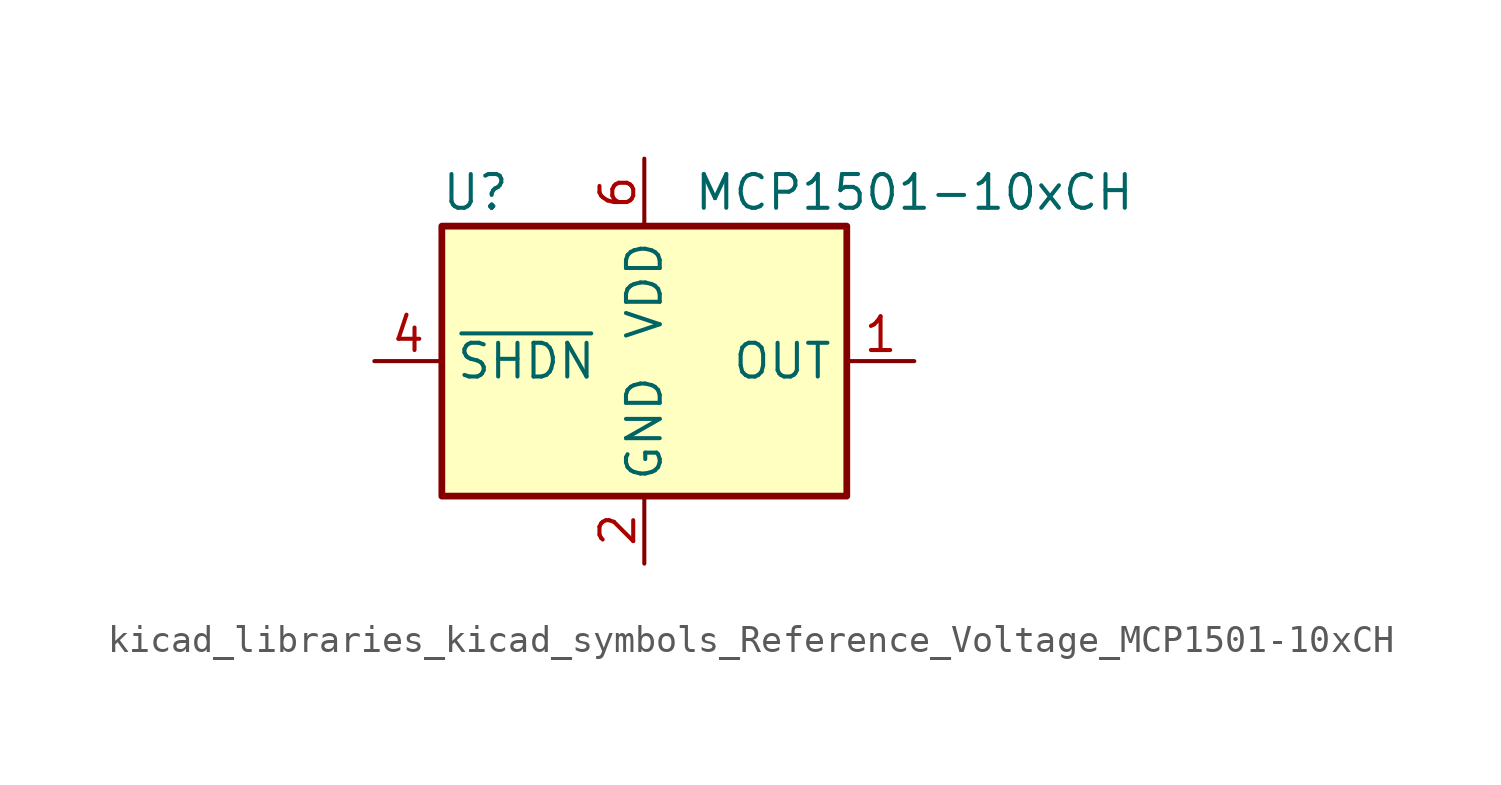
<source format=kicad_sym>
(kicad_symbol_lib
  (version 20220914)
  (generator kicad_symbol_editor)
  (symbol "kicad_libraries_kicad_symbols_Reference_Voltage_MCP1501-10xCH"
    (property "Reference" "U"
      (at -6.35 6.35 0)
      (effects (font (size 1.27 1.27))))
    (property "Value" "MCP1501-10xCH"
      (at 10.16 6.35 0)
      (effects (font (size 1.27 1.27))))
    (symbol "kicad_libraries_kicad_symbols_Reference_Voltage_MCP1501-10xCH_0_0"
      (pin power_out line (at 10.16 0 180) (length 2.54) (name "OUT" (effects (font (size 1.27 1.27)))) (number "1" (effects (font (size 1.27 1.27)))))
      (pin power_in line (at 0 -7.62 90) (length 2.54) (name "GND" (effects (font (size 1.27 1.27)))) (number "2" (effects (font (size 1.27 1.27)))))
      (pin passive line (at 0 -7.62 90) (length 2.54) hide (name "GND" (effects (font (size 1.27 1.27)))) (number "3" (effects (font (size 1.27 1.27)))))
      (pin input line (at -10.16 0 0) (length 2.54) (name "~{SHDN}" (effects (font (size 1.27 1.27)))) (number "4" (effects (font (size 1.27 1.27)))))
      (pin passive line (at 0 -7.62 90) (length 2.54) hide (name "GND" (effects (font (size 1.27 1.27)))) (number "5" (effects (font (size 1.27 1.27)))))
      (pin power_in line (at 0 7.62 270) (length 2.54) (name "VDD" (effects (font (size 1.27 1.27)))) (number "6" (effects (font (size 1.27 1.27))))))
    (symbol "kicad_libraries_kicad_symbols_Reference_Voltage_MCP1501-10xCH_0_1"
      (rectangle (start -7.62 5.08) (end 7.62 -5.08) (stroke (width 0.254) (type default)) (fill (type background))))))
</source>
